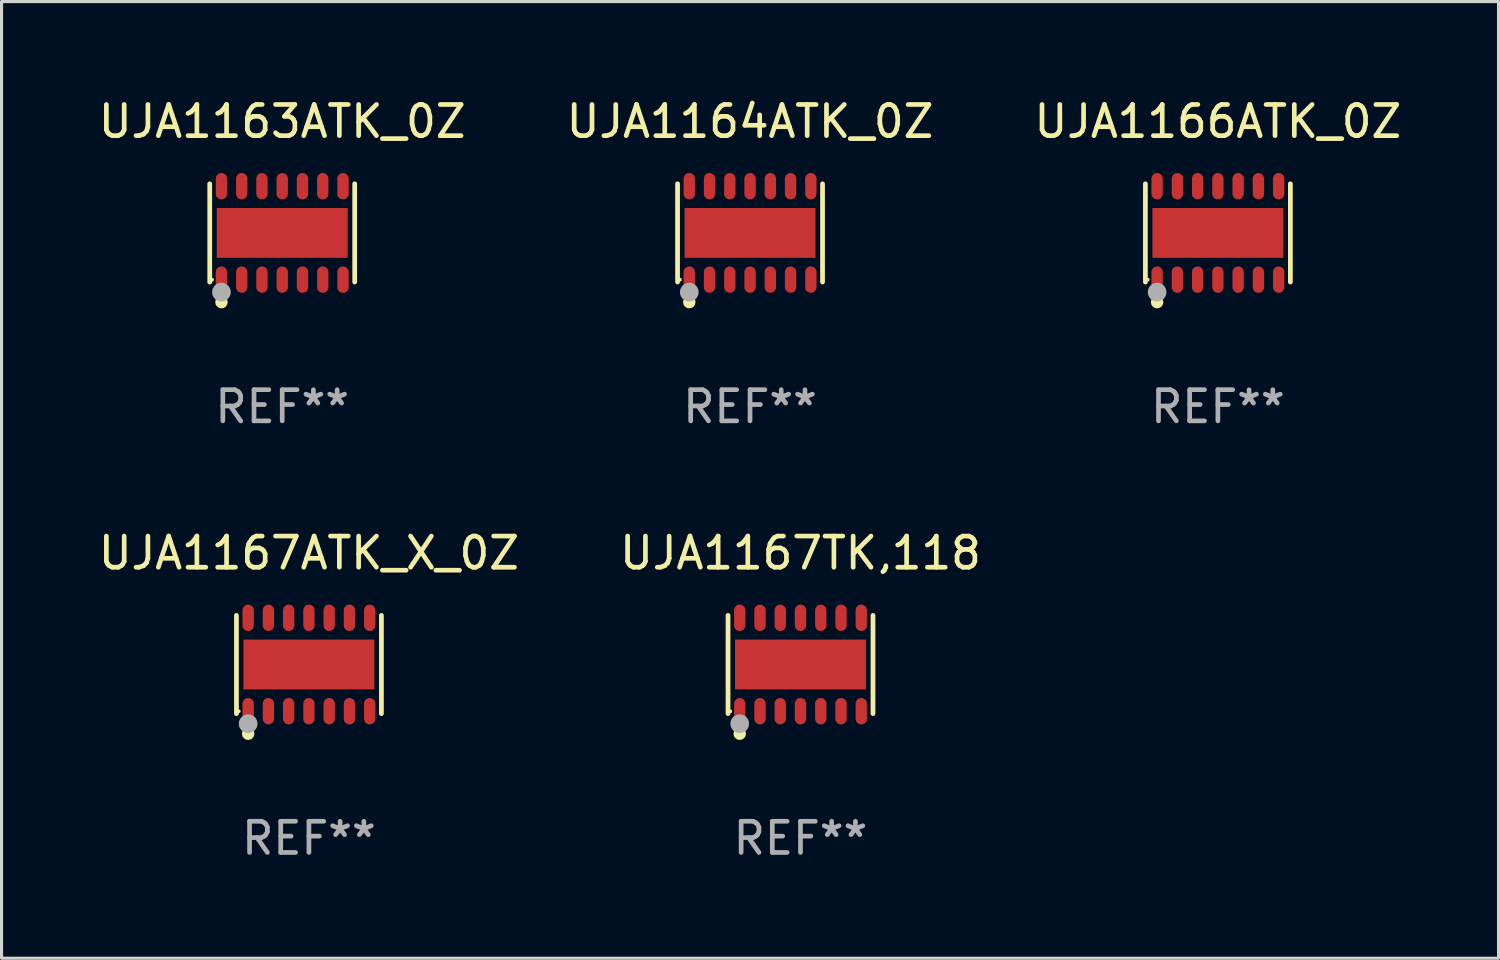
<source format=kicad_pcb>
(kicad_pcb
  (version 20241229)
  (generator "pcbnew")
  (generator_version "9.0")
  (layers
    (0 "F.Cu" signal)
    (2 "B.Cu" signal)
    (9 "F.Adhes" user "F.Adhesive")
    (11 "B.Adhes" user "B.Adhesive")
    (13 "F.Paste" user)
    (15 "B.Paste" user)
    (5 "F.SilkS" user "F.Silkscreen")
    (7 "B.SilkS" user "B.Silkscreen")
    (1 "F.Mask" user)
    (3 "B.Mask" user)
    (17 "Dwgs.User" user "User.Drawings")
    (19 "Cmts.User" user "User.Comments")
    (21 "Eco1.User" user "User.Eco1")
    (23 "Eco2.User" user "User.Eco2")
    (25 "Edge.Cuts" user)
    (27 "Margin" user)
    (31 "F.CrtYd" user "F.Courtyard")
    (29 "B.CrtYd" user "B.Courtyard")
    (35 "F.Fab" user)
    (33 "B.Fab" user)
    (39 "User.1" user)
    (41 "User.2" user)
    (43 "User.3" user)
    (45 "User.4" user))
  (footprint "UJA1164ATK_0Z"
    (layer "F.Cu")
    (at 21.018 4.424)
    (property "Reference" "UJA1164ATK_0Z" (at 0 -3.576 0) (layer "F.SilkS") (effects (font (size 1 1) (thickness 0.15))))
    (attr through_hole)
    (fp_line (start -2.326 1.576) (end -2.326 -1.576) (stroke (width 0.152) (type solid)) (layer "F.SilkS"))
    (fp_line (start 2.326 -1.576) (end 2.326 1.576) (stroke (width 0.152) (type solid)) (layer "F.SilkS"))
    (fp_circle (center -2.25 1.5) (end -2.22 1.5) (stroke (width 0.06) (type solid)) (fill no) (layer "F.SilkS"))
    (fp_circle (center -1.95 2.222) (end -1.85 2.222) (stroke (width 0.2) (type solid)) (fill no) (layer "F.SilkS"))
    (fp_circle (center -1.95 1.9) (end -1.8 1.9) (stroke (width 0.3) (type solid)) (fill no) (layer "F.Fab"))
    (fp_text user "REF**" (at 0 5.576 0) (layer "F.Fab") (effects (font (size 1 1) (thickness 0.15))))
    (pad "1" smd oval (at -1.95 1.499) (size 0.364 0.847) (layers "F.Cu" "F.Mask" "F.Paste"))
    (pad "2" smd oval (at -1.3 1.499) (size 0.364 0.847) (layers "F.Cu" "F.Mask" "F.Paste"))
    (pad "3" smd oval (at -0.65 1.499) (size 0.364 0.847) (layers "F.Cu" "F.Mask" "F.Paste"))
    (pad "4" smd oval (at 0 1.499) (size 0.364 0.847) (layers "F.Cu" "F.Mask" "F.Paste"))
    (pad "5" smd oval (at 0.65 1.499) (size 0.364 0.847) (layers "F.Cu" "F.Mask" "F.Paste"))
    (pad "6" smd oval (at 1.3 1.499) (size 0.364 0.847) (layers "F.Cu" "F.Mask" "F.Paste"))
    (pad "7" smd oval (at 1.95 1.499) (size 0.364 0.847) (layers "F.Cu" "F.Mask" "F.Paste"))
    (pad "8" smd oval (at 1.95 -1.499) (size 0.364 0.847) (layers "F.Cu" "F.Mask" "F.Paste"))
    (pad "9" smd oval (at 1.3 -1.499) (size 0.364 0.847) (layers "F.Cu" "F.Mask" "F.Paste"))
    (pad "10" smd oval (at 0.65 -1.499) (size 0.364 0.847) (layers "F.Cu" "F.Mask" "F.Paste"))
    (pad "11" smd oval (at 0 -1.499) (size 0.364 0.847) (layers "F.Cu" "F.Mask" "F.Paste"))
    (pad "12" smd oval (at -0.65 -1.499) (size 0.364 0.847) (layers "F.Cu" "F.Mask" "F.Paste"))
    (pad "13" smd oval (at -1.3 -1.499) (size 0.364 0.847) (layers "F.Cu" "F.Mask" "F.Paste"))
    (pad "14" smd oval (at -1.95 -1.499) (size 0.364 0.847) (layers "F.Cu" "F.Mask" "F.Paste"))
    (pad "15" smd rect (at 0 0) (size 4.2 1.6) (layers "F.Cu" "F.Mask" "F.Paste")))
  (footprint "UJA1163ATK_0Z"
    (layer "F.Cu")
    (at 6.006 4.424)
    (property "Reference" "UJA1163ATK_0Z" (at 0 -3.576 0) (layer "F.SilkS") (effects (font (size 1 1) (thickness 0.15))))
    (attr through_hole)
    (fp_line (start -2.326 1.576) (end -2.326 -1.576) (stroke (width 0.152) (type solid)) (layer "F.SilkS"))
    (fp_line (start 2.326 -1.576) (end 2.326 1.576) (stroke (width 0.152) (type solid)) (layer "F.SilkS"))
    (fp_circle (center -2.25 1.5) (end -2.22 1.5) (stroke (width 0.06) (type solid)) (fill no) (layer "F.SilkS"))
    (fp_circle (center -1.95 2.222) (end -1.85 2.222) (stroke (width 0.2) (type solid)) (fill no) (layer "F.SilkS"))
    (fp_circle (center -1.95 1.9) (end -1.8 1.9) (stroke (width 0.3) (type solid)) (fill no) (layer "F.Fab"))
    (fp_text user "REF**" (at 0 5.576 0) (layer "F.Fab") (effects (font (size 1 1) (thickness 0.15))))
    (pad "1" smd oval (at -1.95 1.499) (size 0.364 0.847) (layers "F.Cu" "F.Mask" "F.Paste"))
    (pad "2" smd oval (at -1.3 1.499) (size 0.364 0.847) (layers "F.Cu" "F.Mask" "F.Paste"))
    (pad "3" smd oval (at -0.65 1.499) (size 0.364 0.847) (layers "F.Cu" "F.Mask" "F.Paste"))
    (pad "4" smd oval (at 0 1.499) (size 0.364 0.847) (layers "F.Cu" "F.Mask" "F.Paste"))
    (pad "5" smd oval (at 0.65 1.499) (size 0.364 0.847) (layers "F.Cu" "F.Mask" "F.Paste"))
    (pad "6" smd oval (at 1.3 1.499) (size 0.364 0.847) (layers "F.Cu" "F.Mask" "F.Paste"))
    (pad "7" smd oval (at 1.95 1.499) (size 0.364 0.847) (layers "F.Cu" "F.Mask" "F.Paste"))
    (pad "8" smd oval (at 1.95 -1.499) (size 0.364 0.847) (layers "F.Cu" "F.Mask" "F.Paste"))
    (pad "9" smd oval (at 1.3 -1.499) (size 0.364 0.847) (layers "F.Cu" "F.Mask" "F.Paste"))
    (pad "10" smd oval (at 0.65 -1.499) (size 0.364 0.847) (layers "F.Cu" "F.Mask" "F.Paste"))
    (pad "11" smd oval (at 0 -1.499) (size 0.364 0.847) (layers "F.Cu" "F.Mask" "F.Paste"))
    (pad "12" smd oval (at -0.65 -1.499) (size 0.364 0.847) (layers "F.Cu" "F.Mask" "F.Paste"))
    (pad "13" smd oval (at -1.3 -1.499) (size 0.364 0.847) (layers "F.Cu" "F.Mask" "F.Paste"))
    (pad "14" smd oval (at -1.95 -1.499) (size 0.364 0.847) (layers "F.Cu" "F.Mask" "F.Paste"))
    (pad "15" smd rect (at 0 0) (size 4.2 1.6) (layers "F.Cu" "F.Mask" "F.Paste")))
  (footprint "UJA1167TK,118"
    (layer "F.Cu")
    (at 22.637 18.273)
    (property "Reference" "UJA1167TK,118" (at 0 -3.576 0) (layer "F.SilkS") (effects (font (size 1 1) (thickness 0.15))))
    (attr through_hole)
    (fp_line (start -2.326 1.576) (end -2.326 -1.576) (stroke (width 0.152) (type solid)) (layer "F.SilkS"))
    (fp_line (start 2.326 -1.576) (end 2.326 1.576) (stroke (width 0.152) (type solid)) (layer "F.SilkS"))
    (fp_circle (center -2.25 1.5) (end -2.22 1.5) (stroke (width 0.06) (type solid)) (fill no) (layer "F.SilkS"))
    (fp_circle (center -1.95 2.222) (end -1.85 2.222) (stroke (width 0.2) (type solid)) (fill no) (layer "F.SilkS"))
    (fp_circle (center -1.95 1.9) (end -1.8 1.9) (stroke (width 0.3) (type solid)) (fill no) (layer "F.Fab"))
    (fp_text user "REF**" (at 0 5.576 0) (layer "F.Fab") (effects (font (size 1 1) (thickness 0.15))))
    (pad "1" smd oval (at -1.95 1.499) (size 0.364 0.847) (layers "F.Cu" "F.Mask" "F.Paste"))
    (pad "2" smd oval (at -1.3 1.499) (size 0.364 0.847) (layers "F.Cu" "F.Mask" "F.Paste"))
    (pad "3" smd oval (at -0.65 1.499) (size 0.364 0.847) (layers "F.Cu" "F.Mask" "F.Paste"))
    (pad "4" smd oval (at 0 1.499) (size 0.364 0.847) (layers "F.Cu" "F.Mask" "F.Paste"))
    (pad "5" smd oval (at 0.65 1.499) (size 0.364 0.847) (layers "F.Cu" "F.Mask" "F.Paste"))
    (pad "6" smd oval (at 1.3 1.499) (size 0.364 0.847) (layers "F.Cu" "F.Mask" "F.Paste"))
    (pad "7" smd oval (at 1.95 1.499) (size 0.364 0.847) (layers "F.Cu" "F.Mask" "F.Paste"))
    (pad "8" smd oval (at 1.95 -1.499) (size 0.364 0.847) (layers "F.Cu" "F.Mask" "F.Paste"))
    (pad "9" smd oval (at 1.3 -1.499) (size 0.364 0.847) (layers "F.Cu" "F.Mask" "F.Paste"))
    (pad "10" smd oval (at 0.65 -1.499) (size 0.364 0.847) (layers "F.Cu" "F.Mask" "F.Paste"))
    (pad "11" smd oval (at 0 -1.499) (size 0.364 0.847) (layers "F.Cu" "F.Mask" "F.Paste"))
    (pad "12" smd oval (at -0.65 -1.499) (size 0.364 0.847) (layers "F.Cu" "F.Mask" "F.Paste"))
    (pad "13" smd oval (at -1.3 -1.499) (size 0.364 0.847) (layers "F.Cu" "F.Mask" "F.Paste"))
    (pad "14" smd oval (at -1.95 -1.499) (size 0.364 0.847) (layers "F.Cu" "F.Mask" "F.Paste"))
    (pad "15" smd rect (at 0 0) (size 4.2 1.6) (layers "F.Cu" "F.Mask" "F.Paste")))
  (footprint "UJA1166ATK_0Z"
    (layer "F.Cu")
    (at 36.03 4.424)
    (property "Reference" "UJA1166ATK_0Z" (at 0 -3.576 0) (layer "F.SilkS") (effects (font (size 1 1) (thickness 0.15))))
    (attr through_hole)
    (fp_line (start -2.326 1.576) (end -2.326 -1.576) (stroke (width 0.152) (type solid)) (layer "F.SilkS"))
    (fp_line (start 2.326 -1.576) (end 2.326 1.576) (stroke (width 0.152) (type solid)) (layer "F.SilkS"))
    (fp_circle (center -2.25 1.5) (end -2.22 1.5) (stroke (width 0.06) (type solid)) (fill no) (layer "F.SilkS"))
    (fp_circle (center -1.95 2.222) (end -1.85 2.222) (stroke (width 0.2) (type solid)) (fill no) (layer "F.SilkS"))
    (fp_circle (center -1.95 1.9) (end -1.8 1.9) (stroke (width 0.3) (type solid)) (fill no) (layer "F.Fab"))
    (fp_text user "REF**" (at 0 5.576 0) (layer "F.Fab") (effects (font (size 1 1) (thickness 0.15))))
    (pad "1" smd oval (at -1.95 1.499) (size 0.364 0.847) (layers "F.Cu" "F.Mask" "F.Paste"))
    (pad "2" smd oval (at -1.3 1.499) (size 0.364 0.847) (layers "F.Cu" "F.Mask" "F.Paste"))
    (pad "3" smd oval (at -0.65 1.499) (size 0.364 0.847) (layers "F.Cu" "F.Mask" "F.Paste"))
    (pad "4" smd oval (at 0 1.499) (size 0.364 0.847) (layers "F.Cu" "F.Mask" "F.Paste"))
    (pad "5" smd oval (at 0.65 1.499) (size 0.364 0.847) (layers "F.Cu" "F.Mask" "F.Paste"))
    (pad "6" smd oval (at 1.3 1.499) (size 0.364 0.847) (layers "F.Cu" "F.Mask" "F.Paste"))
    (pad "7" smd oval (at 1.95 1.499) (size 0.364 0.847) (layers "F.Cu" "F.Mask" "F.Paste"))
    (pad "8" smd oval (at 1.95 -1.499) (size 0.364 0.847) (layers "F.Cu" "F.Mask" "F.Paste"))
    (pad "9" smd oval (at 1.3 -1.499) (size 0.364 0.847) (layers "F.Cu" "F.Mask" "F.Paste"))
    (pad "10" smd oval (at 0.65 -1.499) (size 0.364 0.847) (layers "F.Cu" "F.Mask" "F.Paste"))
    (pad "11" smd oval (at 0 -1.499) (size 0.364 0.847) (layers "F.Cu" "F.Mask" "F.Paste"))
    (pad "12" smd oval (at -0.65 -1.499) (size 0.364 0.847) (layers "F.Cu" "F.Mask" "F.Paste"))
    (pad "13" smd oval (at -1.3 -1.499) (size 0.364 0.847) (layers "F.Cu" "F.Mask" "F.Paste"))
    (pad "14" smd oval (at -1.95 -1.499) (size 0.364 0.847) (layers "F.Cu" "F.Mask" "F.Paste"))
    (pad "15" smd rect (at 0 0) (size 4.2 1.6) (layers "F.Cu" "F.Mask" "F.Paste")))
  (footprint "UJA1167ATK_X_0Z"
    (layer "F.Cu")
    (at 6.863 18.273)
    (property "Reference" "UJA1167ATK_X_0Z" (at 0 -3.576 0) (layer "F.SilkS") (effects (font (size 1 1) (thickness 0.15))))
    (attr through_hole)
    (fp_line (start -2.326 1.576) (end -2.326 -1.576) (stroke (width 0.152) (type solid)) (layer "F.SilkS"))
    (fp_line (start 2.326 -1.576) (end 2.326 1.576) (stroke (width 0.152) (type solid)) (layer "F.SilkS"))
    (fp_circle (center -2.25 1.5) (end -2.22 1.5) (stroke (width 0.06) (type solid)) (fill no) (layer "F.SilkS"))
    (fp_circle (center -1.95 2.222) (end -1.85 2.222) (stroke (width 0.2) (type solid)) (fill no) (layer "F.SilkS"))
    (fp_circle (center -1.95 1.9) (end -1.8 1.9) (stroke (width 0.3) (type solid)) (fill no) (layer "F.Fab"))
    (fp_text user "REF**" (at 0 5.576 0) (layer "F.Fab") (effects (font (size 1 1) (thickness 0.15))))
    (pad "1" smd oval (at -1.95 1.499) (size 0.364 0.847) (layers "F.Cu" "F.Mask" "F.Paste"))
    (pad "2" smd oval (at -1.3 1.499) (size 0.364 0.847) (layers "F.Cu" "F.Mask" "F.Paste"))
    (pad "3" smd oval (at -0.65 1.499) (size 0.364 0.847) (layers "F.Cu" "F.Mask" "F.Paste"))
    (pad "4" smd oval (at 0 1.499) (size 0.364 0.847) (layers "F.Cu" "F.Mask" "F.Paste"))
    (pad "5" smd oval (at 0.65 1.499) (size 0.364 0.847) (layers "F.Cu" "F.Mask" "F.Paste"))
    (pad "6" smd oval (at 1.3 1.499) (size 0.364 0.847) (layers "F.Cu" "F.Mask" "F.Paste"))
    (pad "7" smd oval (at 1.95 1.499) (size 0.364 0.847) (layers "F.Cu" "F.Mask" "F.Paste"))
    (pad "8" smd oval (at 1.95 -1.499) (size 0.364 0.847) (layers "F.Cu" "F.Mask" "F.Paste"))
    (pad "9" smd oval (at 1.3 -1.499) (size 0.364 0.847) (layers "F.Cu" "F.Mask" "F.Paste"))
    (pad "10" smd oval (at 0.65 -1.499) (size 0.364 0.847) (layers "F.Cu" "F.Mask" "F.Paste"))
    (pad "11" smd oval (at 0 -1.499) (size 0.364 0.847) (layers "F.Cu" "F.Mask" "F.Paste"))
    (pad "12" smd oval (at -0.65 -1.499) (size 0.364 0.847) (layers "F.Cu" "F.Mask" "F.Paste"))
    (pad "13" smd oval (at -1.3 -1.499) (size 0.364 0.847) (layers "F.Cu" "F.Mask" "F.Paste"))
    (pad "14" smd oval (at -1.95 -1.499) (size 0.364 0.847) (layers "F.Cu" "F.Mask" "F.Paste"))
    (pad "15" smd rect (at 0 0) (size 4.2 1.6) (layers "F.Cu" "F.Mask" "F.Paste")))
  (gr_rect
    (start -3 -3)
    (end 45.036 27.698)
    (stroke (width 0.1) (type default))
    (fill no)
    (layer "Edge.Cuts")))
</source>
